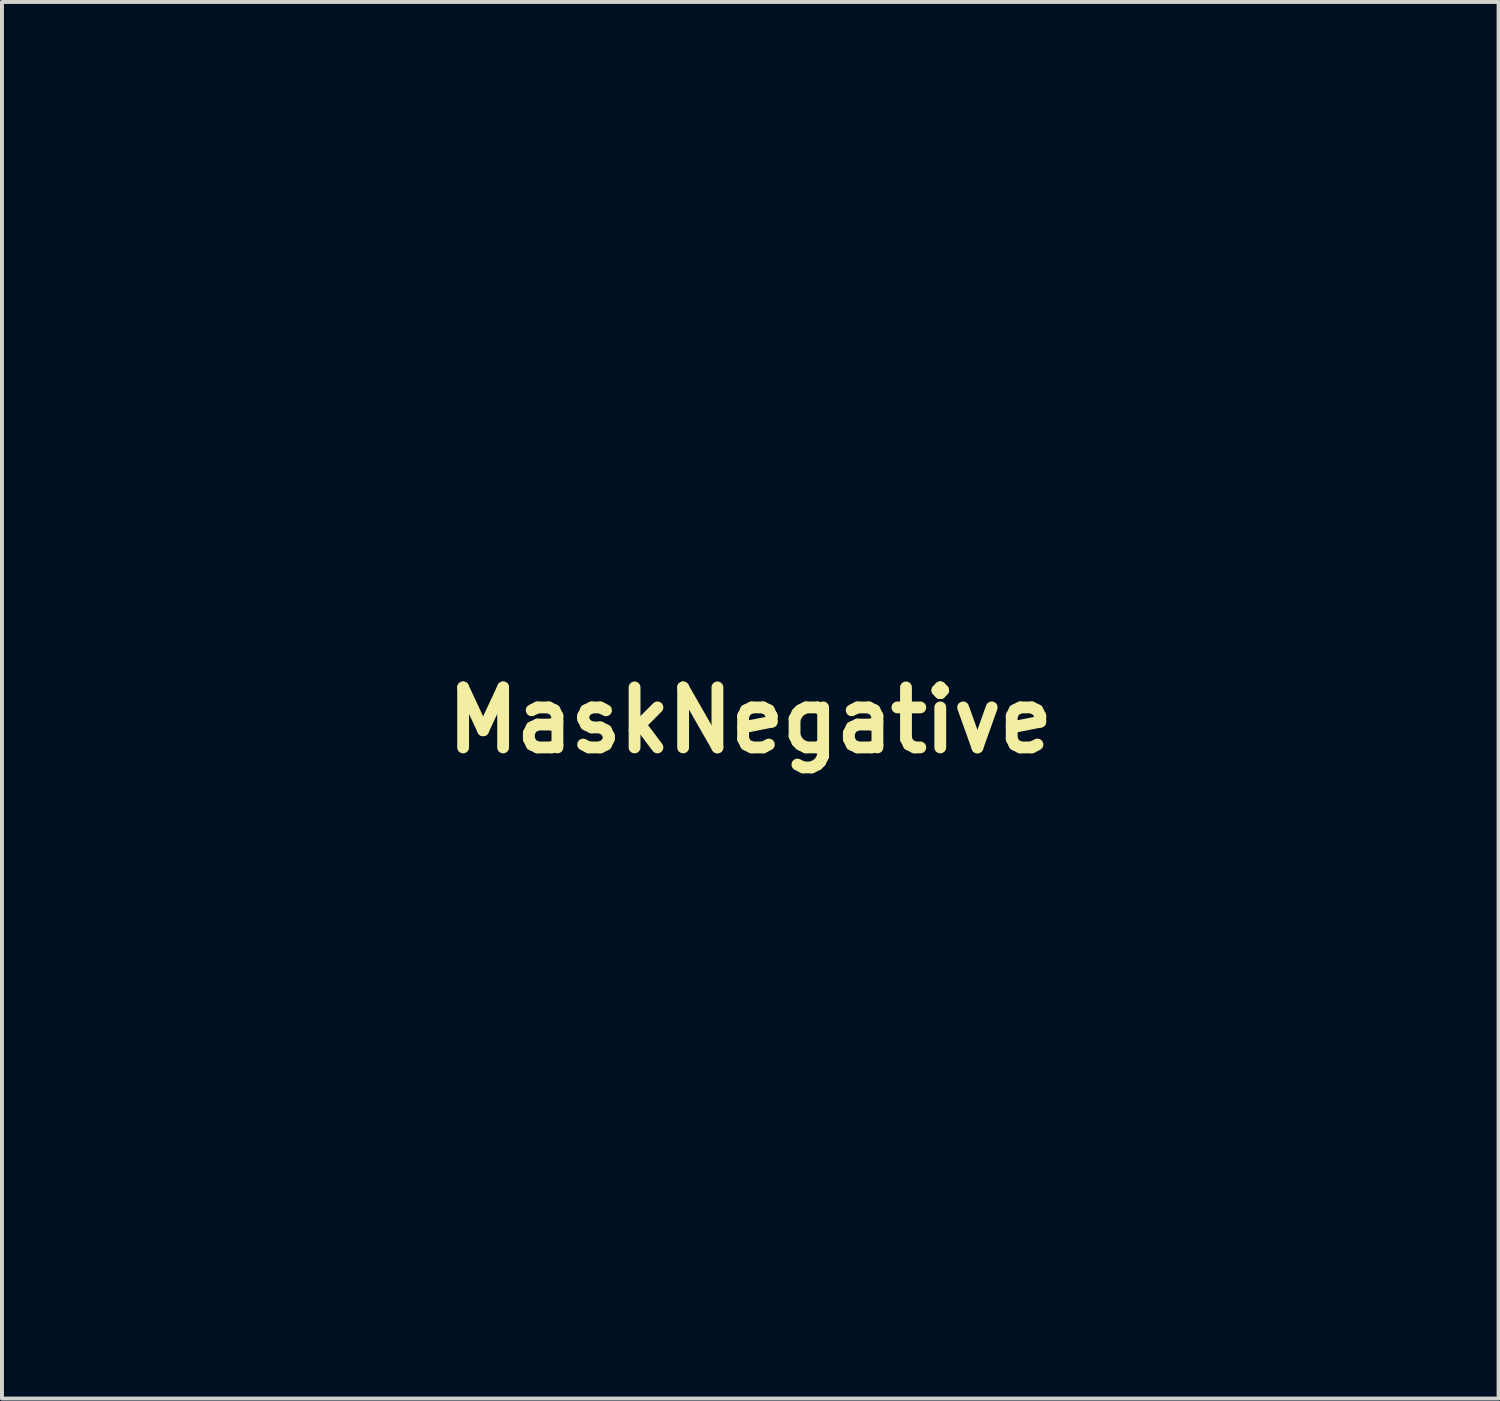
<source format=kicad_pcb>
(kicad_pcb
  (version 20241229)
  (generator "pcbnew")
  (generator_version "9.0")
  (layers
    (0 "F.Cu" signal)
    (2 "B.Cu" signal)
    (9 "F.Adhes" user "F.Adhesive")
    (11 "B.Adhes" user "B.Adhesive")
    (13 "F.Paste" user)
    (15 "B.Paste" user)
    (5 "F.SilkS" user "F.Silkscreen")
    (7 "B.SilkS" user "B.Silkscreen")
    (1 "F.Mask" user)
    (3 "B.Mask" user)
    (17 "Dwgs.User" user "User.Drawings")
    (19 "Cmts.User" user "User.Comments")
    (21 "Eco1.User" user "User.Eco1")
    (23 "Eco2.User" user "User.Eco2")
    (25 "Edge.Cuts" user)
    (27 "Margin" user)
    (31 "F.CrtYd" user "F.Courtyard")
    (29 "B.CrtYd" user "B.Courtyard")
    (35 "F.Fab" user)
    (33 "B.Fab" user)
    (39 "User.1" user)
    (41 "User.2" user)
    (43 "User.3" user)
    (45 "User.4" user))
  (footprint "MaskNegative"
    (layer "F.Cu")
    (at 16.007 15.245)
    (property "Reference" "MaskNegative" (at 0 0 0) (layer "F.SilkS") (effects (font (size 1.524 1.524) (thickness 0.3))))
    (attr through_hole)
    (fp_poly (pts (xy -15.494 -4.064) (xy -14.986 -4.064) (xy -14.986 -3.048) (xy -15.494 -3.048) (xy -15.494 -4.064)) (stroke (width 0.01) (type solid)) (fill yes) (layer "F.Mask"))
    (fp_poly (pts (xy -15.494 10.16) (xy -15.494 9.652) (xy -14.986 9.652) (xy -14.986 10.16) (xy -15.494 10.16)) (stroke (width 0.01) (type solid)) (fill yes) (layer "F.Mask"))
    (fp_poly (pts (xy -14.986 10.668) (xy -14.986 10.16) (xy -14.478 10.16) (xy -14.478 10.668) (xy -14.986 10.668)) (stroke (width 0.01) (type solid)) (fill yes) (layer "F.Mask"))
    (fp_poly (pts (xy -14.478 -5.588) (xy -13.97 -5.588) (xy -13.97 -5.08) (xy -14.478 -5.08) (xy -14.478 -5.588)) (stroke (width 0.01) (type solid)) (fill yes) (layer "F.Mask"))
    (fp_poly (pts (xy -14.478 -4.572) (xy -14.986 -4.572) (xy -14.986 -5.08) (xy -14.478 -5.08) (xy -14.478 -4.572)) (stroke (width 0.01) (type solid)) (fill yes) (layer "F.Mask"))
    (fp_poly (pts (xy -14.478 10.668) (xy -13.97 10.668) (xy -13.97 11.176) (xy -14.478 11.176) (xy -14.478 10.668)) (stroke (width 0.01) (type solid)) (fill yes) (layer "F.Mask"))
    (fp_poly (pts (xy -14.478 11.684) (xy -14.986 11.684) (xy -14.986 11.176) (xy -14.478 11.176) (xy -14.478 11.684)) (stroke (width 0.01) (type solid)) (fill yes) (layer "F.Mask"))
    (fp_poly (pts (xy -13.97 -6.096) (xy -13.462 -6.096) (xy -13.462 -5.588) (xy -13.97 -5.588) (xy -13.97 -6.096)) (stroke (width 0.01) (type solid)) (fill yes) (layer "F.Mask"))
    (fp_poly (pts (xy -13.97 11.684) (xy -13.97 11.176) (xy -13.462 11.176) (xy -13.462 11.684) (xy -13.97 11.684)) (stroke (width 0.01) (type solid)) (fill yes) (layer "F.Mask"))
    (fp_poly (pts (xy -13.462 -6.604) (xy -12.954 -6.604) (xy -12.954 -6.096) (xy -13.462 -6.096) (xy -13.462 -6.604)) (stroke (width 0.01) (type solid)) (fill yes) (layer "F.Mask"))
    (fp_poly (pts (xy -12.954 11.176) (xy -13.462 11.176) (xy -13.462 10.668) (xy -12.954 10.668) (xy -12.954 11.176)) (stroke (width 0.01) (type solid)) (fill yes) (layer "F.Mask"))
    (fp_poly (pts (xy -10.922 12.192) (xy -11.43 12.192) (xy -11.43 11.684) (xy -10.922 11.684) (xy -10.922 12.192)) (stroke (width 0.01) (type solid)) (fill yes) (layer "F.Mask"))
    (fp_poly (pts (xy -8.382 7.112) (xy -8.382 6.096) (xy -7.874 6.096) (xy -7.874 7.112) (xy -8.382 7.112)) (stroke (width 0.01) (type solid)) (fill yes) (layer "F.Mask"))
    (fp_poly (pts (xy -6.858 9.144) (xy -6.858 8.636) (xy -6.35 8.636) (xy -6.35 9.144) (xy -6.858 9.144)) (stroke (width 0.01) (type solid)) (fill yes) (layer "F.Mask"))
    (fp_poly (pts (xy -6.35 9.652) (xy -6.35 9.144) (xy -5.842 9.144) (xy -5.842 9.652) (xy -6.35 9.652)) (stroke (width 0.01) (type solid)) (fill yes) (layer "F.Mask"))
    (fp_poly (pts (xy -5.842 10.16) (xy -5.842 9.652) (xy -4.318 9.652) (xy -4.318 10.16) (xy -5.842 10.16)) (stroke (width 0.01) (type solid)) (fill yes) (layer "F.Mask"))
    (fp_poly (pts (xy -4.826 9.144) (xy -4.826 8.636) (xy -3.81 8.636) (xy -3.81 9.144) (xy -4.826 9.144)) (stroke (width 0.01) (type solid)) (fill yes) (layer "F.Mask"))
    (fp_poly (pts (xy -2.794 1.016) (xy -3.302 1.016) (xy -3.302 0.508) (xy -2.794 0.508) (xy -2.794 1.016)) (stroke (width 0.01) (type solid)) (fill yes) (layer "F.Mask"))
    (fp_poly (pts (xy -2.794 2.032) (xy -3.302 2.032) (xy -3.302 1.524) (xy -2.794 1.524) (xy -2.794 2.032)) (stroke (width 0.01) (type solid)) (fill yes) (layer "F.Mask"))
    (fp_poly (pts (xy 0.762 9.144) (xy 0.762 9.652) (xy -3.81 9.652) (xy -3.81 9.144) (xy 0.762 9.144)) (stroke (width 0.01) (type solid)) (fill yes) (layer "F.Mask"))
    (fp_poly (pts (xy 0.762 10.16) (xy 0.762 10.668) (xy -4.318 10.668) (xy -4.318 10.16) (xy 0.762 10.16)) (stroke (width 0.01) (type solid)) (fill yes) (layer "F.Mask"))
    (fp_poly (pts (xy 1.27 12.192) (xy 1.27 11.684) (xy 1.778 11.684) (xy 1.778 12.192) (xy 1.27 12.192)) (stroke (width 0.01) (type solid)) (fill yes) (layer "F.Mask"))
    (fp_poly (pts (xy 1.27 12.7) (xy 0.762 12.7) (xy 0.762 12.192) (xy 1.27 12.192) (xy 1.27 12.7)) (stroke (width 0.01) (type solid)) (fill yes) (layer "F.Mask"))
    (fp_poly (pts (xy 2.286 6.096) (xy 2.794 6.096) (xy 2.794 6.604) (xy 2.286 6.604) (xy 2.286 6.096)) (stroke (width 0.01) (type solid)) (fill yes) (layer "F.Mask"))
    (fp_poly (pts (xy 2.286 7.112) (xy 1.778 7.112) (xy 1.778 6.604) (xy 2.286 6.604) (xy 2.286 7.112)) (stroke (width 0.01) (type solid)) (fill yes) (layer "F.Mask"))
    (fp_poly (pts (xy 2.286 12.7) (xy 1.778 12.7) (xy 1.778 12.192) (xy 2.286 12.192) (xy 2.286 12.7)) (stroke (width 0.01) (type solid)) (fill yes) (layer "F.Mask"))
    (fp_poly (pts (xy 2.794 5.588) (xy 3.302 5.588) (xy 3.302 6.096) (xy 2.794 6.096) (xy 2.794 5.588)) (stroke (width 0.01) (type solid)) (fill yes) (layer "F.Mask"))
    (fp_poly (pts (xy 2.794 7.112) (xy 2.794 6.604) (xy 3.302 6.604) (xy 3.302 7.112) (xy 2.794 7.112)) (stroke (width 0.01) (type solid)) (fill yes) (layer "F.Mask"))
    (fp_poly (pts (xy 2.794 7.62) (xy 3.302 7.62) (xy 3.302 8.128) (xy 2.794 8.128) (xy 2.794 7.62)) (stroke (width 0.01) (type solid)) (fill yes) (layer "F.Mask"))
    (fp_poly (pts (xy 2.794 11.684) (xy 2.794 11.176) (xy 3.302 11.176) (xy 3.302 11.684) (xy 2.794 11.684)) (stroke (width 0.01) (type solid)) (fill yes) (layer "F.Mask"))
    (fp_poly (pts (xy 2.794 12.192) (xy 2.286 12.192) (xy 2.286 11.684) (xy 2.794 11.684) (xy 2.794 12.192)) (stroke (width 0.01) (type solid)) (fill yes) (layer "F.Mask"))
    (fp_poly (pts (xy 3.302 7.112) (xy 3.81 7.112) (xy 3.81 7.62) (xy 3.302 7.62) (xy 3.302 7.112)) (stroke (width 0.01) (type solid)) (fill yes) (layer "F.Mask"))
    (fp_poly (pts (xy 3.81 5.588) (xy 4.318 5.588) (xy 4.318 6.096) (xy 3.81 6.096) (xy 3.81 5.588)) (stroke (width 0.01) (type solid)) (fill yes) (layer "F.Mask"))
    (fp_poly (pts (xy 3.81 6.096) (xy 3.81 6.604) (xy 3.302 6.604) (xy 3.302 6.096) (xy 3.81 6.096)) (stroke (width 0.01) (type solid)) (fill yes) (layer "F.Mask"))
    (fp_poly (pts (xy 3.81 12.192) (xy 3.302 12.192) (xy 3.302 11.684) (xy 3.81 11.684) (xy 3.81 12.192)) (stroke (width 0.01) (type solid)) (fill yes) (layer "F.Mask"))
    (fp_poly (pts (xy 4.318 5.588) (xy 4.318 5.08) (xy 4.826 5.08) (xy 4.826 5.588) (xy 4.318 5.588)) (stroke (width 0.01) (type solid)) (fill yes) (layer "F.Mask"))
    (fp_poly (pts (xy 4.318 6.096) (xy 4.826 6.096) (xy 4.826 6.604) (xy 4.318 6.604) (xy 4.318 6.096)) (stroke (width 0.01) (type solid)) (fill yes) (layer "F.Mask"))
    (fp_poly (pts (xy 4.318 7.112) (xy 3.81 7.112) (xy 3.81 6.604) (xy 4.318 6.604) (xy 4.318 7.112)) (stroke (width 0.01) (type solid)) (fill yes) (layer "F.Mask"))
    (fp_poly (pts (xy 4.318 7.112) (xy 4.826 7.112) (xy 4.826 7.62) (xy 4.318 7.62) (xy 4.318 7.112)) (stroke (width 0.01) (type solid)) (fill yes) (layer "F.Mask"))
    (fp_poly (pts (xy 4.318 7.62) (xy 4.318 8.128) (xy 3.81 8.128) (xy 3.81 7.62) (xy 4.318 7.62)) (stroke (width 0.01) (type solid)) (fill yes) (layer "F.Mask"))
    (fp_poly (pts (xy 4.318 11.684) (xy 3.81 11.684) (xy 3.81 11.176) (xy 4.318 11.176) (xy 4.318 11.684)) (stroke (width 0.01) (type solid)) (fill yes) (layer "F.Mask"))
    (fp_poly (pts (xy 4.826 6.604) (xy 5.334 6.604) (xy 5.334 7.112) (xy 4.826 7.112) (xy 4.826 6.604)) (stroke (width 0.01) (type solid)) (fill yes) (layer "F.Mask"))
    (fp_poly (pts (xy 4.826 10.668) (xy 4.826 10.16) (xy 5.334 10.16) (xy 5.334 10.668) (xy 4.826 10.668)) (stroke (width 0.01) (type solid)) (fill yes) (layer "F.Mask"))
    (fp_poly (pts (xy 4.826 11.176) (xy 4.318 11.176) (xy 4.318 10.668) (xy 4.826 10.668) (xy 4.826 11.176)) (stroke (width 0.01) (type solid)) (fill yes) (layer "F.Mask"))
    (fp_poly (pts (xy 5.334 9.652) (xy 4.826 9.652) (xy 4.826 9.144) (xy 5.334 9.144) (xy 5.334 9.652)) (stroke (width 0.01) (type solid)) (fill yes) (layer "F.Mask"))
    (fp_poly (pts (xy 5.842 10.16) (xy 5.334 10.16) (xy 5.334 9.652) (xy 5.842 9.652) (xy 5.842 10.16)) (stroke (width 0.01) (type solid)) (fill yes) (layer "F.Mask"))
    (fp_poly (pts (xy 5.842 11.176) (xy 5.334 11.176) (xy 5.334 10.668) (xy 5.842 10.668) (xy 5.842 11.176)) (stroke (width 0.01) (type solid)) (fill yes) (layer "F.Mask"))
    (fp_poly (pts (xy 6.35 5.08) (xy 6.858 5.08) (xy 6.858 5.588) (xy 6.35 5.588) (xy 6.35 5.08)) (stroke (width 0.01) (type solid)) (fill yes) (layer "F.Mask"))
    (fp_poly (pts (xy 6.35 6.096) (xy 6.858 6.096) (xy 6.858 6.604) (xy 6.35 6.604) (xy 6.35 6.096)) (stroke (width 0.01) (type solid)) (fill yes) (layer "F.Mask"))
    (fp_poly (pts (xy 6.35 7.112) (xy 5.842 7.112) (xy 5.842 6.604) (xy 6.35 6.604) (xy 6.35 7.112)) (stroke (width 0.01) (type solid)) (fill yes) (layer "F.Mask"))
    (fp_poly (pts (xy 6.35 10.668) (xy 5.842 10.668) (xy 5.842 10.16) (xy 6.35 10.16) (xy 6.35 10.668)) (stroke (width 0.01) (type solid)) (fill yes) (layer "F.Mask"))
    (fp_poly (pts (xy 6.858 10.16) (xy 6.35 10.16) (xy 6.35 9.652) (xy 6.858 9.652) (xy 6.858 10.16)) (stroke (width 0.01) (type solid)) (fill yes) (layer "F.Mask"))
    (fp_poly (pts (xy 7.366 8.636) (xy 6.858 8.636) (xy 6.858 8.128) (xy 7.366 8.128) (xy 7.366 8.636)) (stroke (width 0.01) (type solid)) (fill yes) (layer "F.Mask"))
    (fp_poly (pts (xy 7.366 9.652) (xy 6.858 9.652) (xy 6.858 9.144) (xy 7.366 9.144) (xy 7.366 9.652)) (stroke (width 0.01) (type solid)) (fill yes) (layer "F.Mask"))
    (fp_poly (pts (xy 7.874 8.128) (xy 7.366 8.128) (xy 7.366 7.62) (xy 7.874 7.62) (xy 7.874 8.128)) (stroke (width 0.01) (type solid)) (fill yes) (layer "F.Mask"))
    (fp_poly (pts (xy 7.874 8.636) (xy 7.874 8.128) (xy 8.382 8.128) (xy 8.382 8.636) (xy 7.874 8.636)) (stroke (width 0.01) (type solid)) (fill yes) (layer "F.Mask"))
    (fp_poly (pts (xy 7.874 9.144) (xy 7.366 9.144) (xy 7.366 8.636) (xy 7.874 8.636) (xy 7.874 9.144)) (stroke (width 0.01) (type solid)) (fill yes) (layer "F.Mask"))
    (fp_poly (pts (xy 8.382 7.112) (xy 8.382 6.604) (xy 8.89 6.604) (xy 8.89 7.112) (xy 8.382 7.112)) (stroke (width 0.01) (type solid)) (fill yes) (layer "F.Mask"))
    (fp_poly (pts (xy 8.382 7.62) (xy 7.874 7.62) (xy 7.874 7.112) (xy 8.382 7.112) (xy 8.382 7.62)) (stroke (width 0.01) (type solid)) (fill yes) (layer "F.Mask"))
    (fp_poly (pts (xy 8.89 4.572) (xy 9.398 4.572) (xy 9.398 5.08) (xy 8.89 5.08) (xy 8.89 4.572)) (stroke (width 0.01) (type solid)) (fill yes) (layer "F.Mask"))
    (fp_poly (pts (xy 8.89 5.588) (xy 8.382 5.588) (xy 8.382 5.08) (xy 8.89 5.08) (xy 8.89 5.588)) (stroke (width 0.01) (type solid)) (fill yes) (layer "F.Mask"))
    (fp_poly (pts (xy 8.89 8.128) (xy 8.382 8.128) (xy 8.382 7.62) (xy 8.89 7.62) (xy 8.89 8.128)) (stroke (width 0.01) (type solid)) (fill yes) (layer "F.Mask"))
    (fp_poly (pts (xy 8.89 9.144) (xy 8.382 9.144) (xy 8.382 8.636) (xy 8.89 8.636) (xy 8.89 9.144)) (stroke (width 0.01) (type solid)) (fill yes) (layer "F.Mask"))
    (fp_poly (pts (xy 9.398 7.62) (xy 8.89 7.62) (xy 8.89 7.112) (xy 9.398 7.112) (xy 9.398 7.62)) (stroke (width 0.01) (type solid)) (fill yes) (layer "F.Mask"))
    (fp_poly (pts (xy 9.398 8.636) (xy 8.89 8.636) (xy 8.89 8.128) (xy 9.398 8.128) (xy 9.398 8.636)) (stroke (width 0.01) (type solid)) (fill yes) (layer "F.Mask"))
    (fp_poly (pts (xy 9.906 6.096) (xy 10.414 6.096) (xy 10.414 6.604) (xy 9.906 6.604) (xy 9.906 6.096)) (stroke (width 0.01) (type solid)) (fill yes) (layer "F.Mask"))
    (fp_poly (pts (xy 9.906 7.112) (xy 9.398 7.112) (xy 9.398 6.604) (xy 9.906 6.604) (xy 9.906 7.112)) (stroke (width 0.01) (type solid)) (fill yes) (layer "F.Mask"))
    (fp_poly (pts (xy 9.906 7.112) (xy 10.414 7.112) (xy 10.414 7.62) (xy 9.906 7.62) (xy 9.906 7.112)) (stroke (width 0.01) (type solid)) (fill yes) (layer "F.Mask"))
    (fp_poly (pts (xy 9.906 8.128) (xy 9.398 8.128) (xy 9.398 7.62) (xy 9.906 7.62) (xy 9.906 8.128)) (stroke (width 0.01) (type solid)) (fill yes) (layer "F.Mask"))
    (fp_poly (pts (xy -7.366 8.636) (xy -7.366 8.128) (xy -7.874 8.128) (xy -7.874 7.112) (xy -7.366 7.112) (xy -7.366 7.62) (xy -6.858 7.62) (xy -6.858 8.636) (xy -7.366 8.636)) (stroke (width 0.01) (type solid)) (fill yes) (layer "F.Mask"))
    (fp_poly (pts (xy 0.762 8.636) (xy 1.778 8.636) (xy 1.778 8.128) (xy 2.794 8.128) (xy 2.794 8.636) (xy 2.286 8.636) (xy 2.286 9.144) (xy 0.762 9.144) (xy 0.762 8.636)) (stroke (width 0.01) (type solid)) (fill yes) (layer "F.Mask"))
    (fp_poly (pts (xy 6.858 9.144) (xy 6.35 9.144) (xy 6.35 9.652) (xy 5.842 9.652) (xy 5.842 9.144) (xy 5.334 9.144) (xy 5.334 8.636) (xy 6.858 8.636) (xy 6.858 9.144)) (stroke (width 0.01) (type solid)) (fill yes) (layer "F.Mask"))
    (fp_poly (pts (xy -15.494 -2.54) (xy -14.986 -2.54) (xy -14.986 -2.032) (xy -14.478 -2.032) (xy -14.478 -1.524) (xy -15.494 -1.524) (xy -15.494 -1.016) (xy -16.002 -1.016) (xy -16.002 -3.048) (xy -15.494 -3.048) (xy -15.494 -2.54)) (stroke (width 0.01) (type solid)) (fill yes) (layer "F.Mask"))
    (fp_poly (pts (xy -11.938 0.508) (xy -11.938 0) (xy -12.954 0) (xy -12.954 -0.508) (xy -13.97 -0.508) (xy -13.97 -1.016) (xy -14.478 -1.016) (xy -14.478 -1.524) (xy -13.462 -1.524) (xy -13.462 -1.016) (xy -12.446 -1.016) (xy -12.446 -0.508) (xy -11.43 -0.508) (xy -11.43 0) (xy -10.922 0) (xy -10.922 0.508) (xy -11.938 0.508)) (stroke (width 0.01) (type solid)) (fill yes) (layer "F.Mask"))
    (fp_poly (pts (xy 6.35 6.096) (xy 5.842 6.096) (xy 5.842 6.604) (xy 5.334 6.604) (xy 5.334 6.096) (xy 4.826 6.096) (xy 4.826 5.588) (xy 5.334 5.588) (xy 5.334 6.096) (xy 5.842 6.096) (xy 5.842 5.588) (xy 5.334 5.588) (xy 5.334 5.08) (xy 5.842 5.08) (xy 5.842 5.588) (xy 6.35 5.588) (xy 6.35 6.096)) (stroke (width 0.01) (type solid)) (fill yes) (layer "F.Mask"))
    (fp_poly (pts (xy 2.794 -9.652) (xy 1.27 -9.652) (xy 1.27 -9.144) (xy -1.27 -9.144) (xy -1.27 -8.636) (xy -2.794 -8.636) (xy -2.794 -8.128) (xy -4.318 -8.128) (xy -4.318 -7.62) (xy -5.842 -7.62) (xy -5.842 -7.112) (xy -6.35 -7.112) (xy -6.35 -6.604) (xy -7.366 -6.604) (xy -7.366 -6.096) (xy -8.382 -6.096) (xy -8.382 -5.588) (xy -8.89 -5.588) (xy -8.89 -5.08) (xy -9.906 -5.08) (xy -9.906 -4.572) (xy -10.414 -4.572) (xy -10.414 -4.064) (xy -11.43 -4.064) (xy -11.43 -4.572) (xy -10.922 -4.572) (xy -10.922 -5.08) (xy -10.414 -5.08) (xy -10.414 -5.588) (xy -9.906 -5.588) (xy -9.906 -6.096) (xy -8.89 -6.096) (xy -8.89 -6.604) (xy -8.382 -6.604) (xy -8.382 -7.112) (xy -7.366 -7.112) (xy -7.366 -7.62) (xy -6.35 -7.62) (xy -6.35 -8.128) (xy -5.334 -8.128) (xy -5.334 -8.636) (xy -4.318 -8.636) (xy -4.318 -9.144) (xy -2.286 -9.144) (xy -2.286 -9.652) (xy -0.254 -9.652) (xy -0.254 -10.16) (xy 2.794 -10.16) (xy 2.794 -9.652)) (stroke (width 0.01) (type solid)) (fill yes) (layer "F.Mask"))
    (fp_poly (pts (xy -4.318 -14.732) (xy -3.302 -14.732) (xy -3.302 -14.224) (xy -2.794 -14.224) (xy -2.794 -13.716) (xy -2.286 -13.716) (xy -2.286 -12.192) (xy -2.794 -12.192) (xy -2.794 -11.684) (xy -3.81 -11.684) (xy -3.81 -11.176) (xy -3.302 -11.176) (xy -3.302 -10.668) (xy -5.334 -10.668) (xy -5.334 -10.16) (xy -6.858 -10.16) (xy -6.858 -9.652) (xy -7.874 -9.652) (xy -7.874 -9.144) (xy -8.89 -9.144) (xy -8.89 -8.636) (xy -9.906 -8.636) (xy -9.906 -8.128) (xy -10.922 -8.128) (xy -10.922 -7.62) (xy -11.938 -7.62) (xy -11.938 -7.112) (xy -12.954 -7.112) (xy -12.954 -8.128) (xy -12.446 -8.128) (xy -12.446 -9.652) (xy -11.938 -9.652) (xy -11.938 -10.16) (xy -11.43 -10.16) (xy -11.43 -11.176) (xy -10.922 -11.176) (xy -10.922 -11.684) (xy -10.414 -11.684) (xy -10.414 -12.7) (xy -9.906 -12.7) (xy -9.906 -13.208) (xy -9.398 -13.208) (xy -9.398 -13.716) (xy -8.89 -13.716) (xy -8.89 -14.224) (xy -7.874 -14.224) (xy -7.874 -14.732) (xy -6.35 -14.732) (xy -6.35 -15.24) (xy -4.318 -15.24) (xy -4.318 -14.732)) (stroke (width 0.01) (type solid)) (fill yes) (layer "F.Mask"))
    (fp_poly (pts (xy 4.318 -7.62) (xy 4.318 -7.112) (xy 2.794 -7.112) (xy 2.794 -6.604) (xy 0.254 -6.604) (xy 0.254 -6.096) (xy -1.27 -6.096) (xy -1.27 -5.588) (xy -2.286 -5.588) (xy -2.286 -5.08) (xy -3.302 -5.08) (xy -3.302 -4.572) (xy -4.318 -4.572) (xy -4.318 -4.064) (xy -5.334 -4.064) (xy -5.334 -3.556) (xy -5.842 -3.556) (xy -5.842 -3.048) (xy -6.858 -3.048) (xy -6.858 -2.54) (xy -7.366 -2.54) (xy -7.366 -2.032) (xy -7.874 -2.032) (xy -7.874 -1.524) (xy -8.89 -1.524) (xy -8.89 -2.032) (xy -8.382 -2.032) (xy -8.382 -2.54) (xy -7.874 -2.54) (xy -7.874 -3.048) (xy -7.366 -3.048) (xy -7.366 -3.556) (xy -6.858 -3.556) (xy -6.858 -4.064) (xy -6.35 -4.064) (xy -6.35 -4.572) (xy -5.842 -4.572) (xy -5.842 -5.08) (xy -4.826 -5.08) (xy -4.826 -5.588) (xy -3.302 -5.588) (xy -3.302 -6.096) (xy -2.286 -6.096) (xy -2.286 -6.604) (xy -0.254 -6.604) (xy -0.254 -7.112) (xy 1.778 -7.112) (xy 1.778 -7.62) (xy 3.81 -7.62) (xy 3.81 -8.128) (xy 5.842 -8.128) (xy 5.842 -7.62) (xy 4.318 -7.62)) (stroke (width 0.01) (type solid)) (fill yes) (layer "F.Mask"))
    (fp_poly (pts (xy -12.954 11.684) (xy -12.954 12.192) (xy -12.446 12.192) (xy -12.446 12.7) (xy -11.938 12.7) (xy -11.938 12.192) (xy -12.446 12.192) (xy -12.446 11.684) (xy -11.938 11.684) (xy -11.938 12.192) (xy -11.43 12.192) (xy -11.43 12.7) (xy -10.922 12.7) (xy -10.922 12.192) (xy -10.414 12.192) (xy -10.414 11.684) (xy -10.922 11.684) (xy -10.922 11.176) (xy -11.43 11.176) (xy -11.43 11.684) (xy -11.938 11.684) (xy -12.446 11.684) (xy -12.954 11.684) (xy -12.954 11.176) (xy -12.446 11.176) (xy -12.446 5.08) (xy -11.43 5.08) (xy -11.43 4.064) (xy -10.922 4.064) (xy -10.922 2.54) (xy -11.938 2.54) (xy -11.938 2.032) (xy -10.414 2.032) (xy -9.906 2.032) (xy -9.906 1.524) (xy -10.414 1.524) (xy -10.414 2.032) (xy -11.938 2.032) (xy -12.954 2.032) (xy -12.954 1.524) (xy -13.462 1.524) (xy -13.462 1.016) (xy -14.478 1.016) (xy -14.478 1.524) (xy -14.986 1.524) (xy -14.986 3.556) (xy -14.478 3.556) (xy -14.478 4.064) (xy -13.97 4.064) (xy -13.97 4.572) (xy -13.462 4.572) (xy -13.462 10.668) (xy -13.97 10.668) (xy -13.97 10.16) (xy -14.478 10.16) (xy -14.478 9.652) (xy -14.986 9.652) (xy -14.986 9.144) (xy -15.494 9.144) (xy -15.494 8.636) (xy -16.002 8.636) (xy -16.002 -0.508) (xy -15.494 -0.508) (xy -15.494 -1.016) (xy -14.478 -1.016) (xy -14.478 -0.508) (xy -13.97 -0.508) (xy -13.97 0) (xy -12.954 0) (xy -12.954 0.508) (xy -11.938 0.508) (xy -11.938 1.016) (xy -10.922 1.016) (xy -10.922 1.524) (xy -10.414 1.524) (xy -10.414 1.016) (xy -10.922 1.016) (xy -10.922 0.508) (xy -9.906 0.508) (xy -9.906 1.016) (xy -9.398 1.016) (xy -9.398 1.524) (xy -8.89 1.524) (xy -8.89 2.54) (xy -9.398 2.54) (xy -9.398 2.032) (xy -9.906 2.032) (xy -9.906 11.176) (xy -10.414 11.176) (xy -10.414 11.684) (xy -9.906 11.684) (xy -9.906 12.192) (xy -10.414 12.192) (xy -10.414 12.7) (xy -10.922 12.7) (xy -10.922 13.208) (xy -11.43 13.208) (xy -11.43 12.7) (xy -11.938 12.7) (xy -11.938 13.208) (xy -12.446 13.208) (xy -12.446 12.7) (xy -12.954 12.7) (xy -12.954 12.192) (xy -13.462 12.192) (xy -13.462 11.684) (xy -12.954 11.684)) (stroke (width 0.01) (type solid)) (fill yes) (layer "F.Mask"))
    (fp_poly (pts (xy 7.874 5.08) (xy 7.874 5.588) (xy 7.366 5.588) (xy 7.366 6.096) (xy 7.874 6.096) (xy 7.874 6.604) (xy 7.366 6.604) (xy 7.366 7.112) (xy 6.858 7.112) (xy 6.858 7.62) (xy 6.35 7.62) (xy 6.35 8.128) (xy 5.842 8.128) (xy 5.842 7.62) (xy 5.334 7.62) (xy 5.334 8.128) (xy 4.826 8.128) (xy 4.826 8.636) (xy 4.318 8.636) (xy 4.318 9.144) (xy 3.81 9.144) (xy 3.81 8.636) (xy 3.302 8.636) (xy 3.302 9.144) (xy 2.794 9.144) (xy 2.794 9.652) (xy 2.286 9.652) (xy 2.286 10.16) (xy 3.302 10.16) (xy 3.302 9.652) (xy 4.826 9.652) (xy 4.826 10.16) (xy 4.318 10.16) (xy 4.318 10.668) (xy 3.81 10.668) (xy 3.81 11.176) (xy 3.302 11.176) (xy 3.302 10.668) (xy 2.794 10.668) (xy 2.794 11.176) (xy 2.286 11.176) (xy 2.286 11.684) (xy 1.778 11.684) (xy 1.778 11.176) (xy 1.27 11.176) (xy 1.27 11.684) (xy 0.762 11.684) (xy 0.762 12.192) (xy 0.254 12.192) (xy 0.254 12.7) (xy -0.254 12.7) (xy -0.254 12.192) (xy -0.762 12.192) (xy -0.762 12.7) (xy -1.27 12.7) (xy -1.27 13.208) (xy -1.778 13.208) (xy -1.778 12.7) (xy -2.286 12.7) (xy -2.286 13.208) (xy -2.794 13.208) (xy -2.794 13.716) (xy -3.302 13.716) (xy -3.302 13.208) (xy -3.81 13.208) (xy -3.81 13.716) (xy -4.318 13.716) (xy -4.318 13.208) (xy -4.826 13.208) (xy -4.826 13.716) (xy -5.334 13.716) (xy -5.334 14.224) (xy -5.842 14.224) (xy -5.842 13.716) (xy -6.35 13.716) (xy -6.35 14.224) (xy -6.858 14.224) (xy -6.858 13.716) (xy -7.366 13.716) (xy -7.366 13.208) (xy -7.874 13.208) (xy -7.874 12.7) (xy -8.382 12.7) (xy -8.382 12.192) (xy -8.89 12.192) (xy -8.89 11.684) (xy -9.398 11.684) (xy -9.398 11.176) (xy -8.89 11.176) (xy -8.89 11.684) (xy -8.382 11.684) (xy -8.382 12.192) (xy -7.874 12.192) (xy -7.874 12.7) (xy -7.366 12.7) (xy -7.366 13.208) (xy -6.858 13.208) (xy -6.858 13.716) (xy -6.35 13.716) (xy -6.35 13.208) (xy -6.858 13.208) (xy -6.858 12.7) (xy -6.35 12.7) (xy -6.35 13.208) (xy -5.842 13.208) (xy -5.842 13.716) (xy -5.334 13.716) (xy -5.334 13.208) (xy -5.842 13.208) (xy -5.842 12.7) (xy -5.334 12.7) (xy -5.334 13.208) (xy -4.826 13.208) (xy -4.826 12.7) (xy -4.318 12.7) (xy -4.318 13.208) (xy -3.81 13.208) (xy -3.81 12.7) (xy -4.318 12.7) (xy -4.826 12.7) (xy -5.334 12.7) (xy -5.842 12.7) (xy -6.35 12.7) (xy -6.858 12.7) (xy -7.366 12.7) (xy -7.366 12.192) (xy -3.81 12.192) (xy -3.81 12.7) (xy -3.302 12.7) (xy -3.302 13.208) (xy -2.794 13.208) (xy -2.794 12.7) (xy -3.302 12.7) (xy -3.302 12.192) (xy -2.794 12.192) (xy -2.794 12.7) (xy -2.286 12.7) (xy -2.286 12.192) (xy -1.778 12.192) (xy -1.778 12.7) (xy -1.27 12.7) (xy -1.27 12.192) (xy -1.778 12.192) (xy -2.286 12.192) (xy -2.794 12.192) (xy -3.302 12.192) (xy -3.81 12.192) (xy -7.366 12.192) (xy -7.874 12.192) (xy -7.874 11.684) (xy -1.27 11.684) (xy -1.27 12.192) (xy -0.762 12.192) (xy -0.762 11.684) (xy -0.254 11.684) (xy -0.254 12.192) (xy 0.254 12.192) (xy 0.254 11.684) (xy -0.254 11.684) (xy -0.762 11.684) (xy -1.27 11.684) (xy -7.874 11.684) (xy -8.382 11.684) (xy -8.382 11.176) (xy -8.89 11.176) (xy -9.398 11.176) (xy -9.398 6.096) (xy -8.89 6.096) (xy -8.89 7.112) (xy -8.382 7.112) (xy -8.382 8.128) (xy -7.874 8.128) (xy -7.874 8.636) (xy -7.366 8.636) (xy -7.366 9.144) (xy -6.858 9.144) (xy -6.858 9.652) (xy -6.35 9.652) (xy -6.35 10.16) (xy -5.842 10.16) (xy -5.842 10.668) (xy -4.318 10.668) (xy -4.318 11.176) (xy 0.762 11.176) (xy 0.762 10.668) (xy 2.286 10.668) (xy 2.286 10.16) (xy 1.27 10.16) (xy 1.27 9.652) (xy 2.286 9.652) (xy 2.286 9.144) (xy 2.794 9.144) (xy 2.794 8.636) (xy 3.302 8.636) (xy 3.302 8.128) (xy 3.81 8.128) (xy 3.81 8.636) (xy 4.318 8.636) (xy 4.318 8.128) (xy 4.826 8.128) (xy 4.826 7.62) (xy 5.334 7.62) (xy 5.334 7.112) (xy 5.842 7.112) (xy 5.842 7.62) (xy 6.35 7.62) (xy 6.35 7.112) (xy 6.858 7.112) (xy 6.858 6.604) (xy 7.366 6.604) (xy 7.366 6.096) (xy 6.858 6.096) (xy 6.858 5.588) (xy 7.366 5.588) (xy 7.366 5.08) (xy 6.858 5.08) (xy 6.858 4.572) (xy 7.366 4.572) (xy 7.366 5.08) (xy 7.874 5.08) (xy 7.874 4.572) (xy 7.366 4.572) (xy 6.858 4.572) (xy 6.35 4.572) (xy 6.35 5.08) (xy 5.842 5.08) (xy 5.842 4.572) (xy 5.334 4.572) (xy 5.334 5.08) (xy 4.826 5.08) (xy 4.826 4.572) (xy 4.318 4.572) (xy 4.318 5.08) (xy 3.81 5.08) (xy 3.81 5.588) (xy 3.302 5.588) (xy 3.302 5.08) (xy 2.794 5.08) (xy 2.794 5.588) (xy 2.286 5.588) (xy 2.286 6.096) (xy 1.778 6.096) (xy 1.778 6.604) (xy 1.27 6.604) (xy 1.27 7.112) (xy -1.27 7.112) (xy -1.27 6.604) (xy -1.778 6.604) (xy -1.778 6.096) (xy -2.286 6.096) (xy -2.286 5.588) (xy -2.794 5.588) (xy -2.794 5.08) (xy -2.286 5.08) (xy -2.286 4.572) (xy -2.794 4.572) (xy -2.794 4.064) (xy 7.874 4.064) (xy 7.874 4.572) (xy 8.382 4.572) (xy 8.382 4.064) (xy 7.874 4.064) (xy -2.794 4.064) (xy -3.302 4.064) (xy -3.302 3.556) (xy -2.794 3.556) (xy -2.794 3.048) (xy -3.302 3.048) (xy -3.302 2.54) (xy -2.794 2.54) (xy -2.794 2.032) (xy -2.286 2.032) (xy -2.286 1.524) (xy -2.794 1.524) (xy -2.794 1.016) (xy -2.286 1.016) (xy -2.286 0.508) (xy -2.794 0.508) (xy -2.794 0) (xy -2.286 0) (xy -2.286 -1.016) (xy -1.778 -1.016) (xy -1.778 -2.032) (xy -2.286 -2.032) (xy -2.286 -1.524) (xy -2.794 -1.524) (xy -2.794 -1.016) (xy -3.81 -1.016) (xy -3.81 -0.508) (xy -4.318 -0.508) (xy -4.318 0) (xy -4.826 0) (xy -4.826 0.508) (xy -5.334 0.508) (xy -5.334 1.016) (xy -5.842 1.016) (xy -5.842 1.524) (xy -6.35 1.524) (xy -6.35 2.032) (xy -6.858 2.032) (xy -6.858 2.54) (xy -7.366 2.54) (xy -7.366 3.048) (xy -7.874 3.048) (xy -7.874 5.08) (xy -7.366 5.08) (xy -7.366 5.588) (xy -6.858 5.588) (xy -6.858 6.604) (xy -6.35 6.604) (xy -6.35 7.112) (xy -5.842 7.112) (xy -5.842 7.62) (xy -5.334 7.62) (xy -5.334 8.128) (xy -4.826 8.128) (xy -4.826 8.636) (xy -5.842 8.636) (xy -5.842 8.128) (xy -6.35 8.128) (xy -6.35 7.62) (xy -6.858 7.62) (xy -6.858 7.112) (xy -7.366 7.112) (xy -7.366 6.096) (xy -7.874 6.096) (xy -7.874 5.588) (xy -8.382 5.588) (xy -8.382 6.096) (xy -8.89 6.096) (xy -8.89 4.572) (xy -9.398 4.572) (xy -9.398 3.048) (xy -8.89 3.048) (xy -8.89 2.54) (xy -8.382 2.54) (xy -8.382 2.032) (xy -7.874 2.032) (xy -7.874 1.524) (xy -7.366 1.524) (xy -7.366 1.016) (xy -6.858 1.016) (xy -6.858 0.508) (xy -6.35 0.508) (xy -6.35 0) (xy -5.842 0) (xy -5.842 -0.508) (xy -5.334 -0.508) (xy -5.334 -1.016) (xy -4.318 -1.016) (xy -4.318 -1.524) (xy -3.302 -1.524) (xy -3.302 -2.032) (xy -2.286 -2.032) (xy -2.286 -2.54) (xy -1.778 -2.54) (xy -1.778 -2.032) (xy -1.27 -2.032) (xy -1.27 -2.54) (xy -0.762 -2.54) (xy -0.762 -3.048) (xy -0.254 -3.048) (xy -0.254 -3.556) (xy 0.254 -3.556) (xy 0.254 -4.064) (xy 0.762 -4.064) (xy 0.762 -4.572) (xy 1.27 -4.572) (xy 1.27 -5.08) (xy 1.778 -5.08) (xy 1.778 -5.588) (xy 2.286 -5.588) (xy 2.286 -6.096) (xy 3.302 -6.096) (xy 3.302 -6.604) (xy 4.826 -6.604) (xy 4.826 -7.112) (xy 5.842 -7.112) (xy 5.842 -7.62) (xy 7.366 -7.62) (xy 7.366 -8.128) (xy 8.89 -8.128) (xy 8.89 -8.636) (xy 9.398 -8.636) (xy 9.398 -8.128) (xy 9.906 -8.128) (xy 9.906 -7.62) (xy 14.986 -7.62) (xy 14.986 -7.112) (xy 16.002 -7.112) (xy 16.002 -5.588) (xy 15.494 -5.588) (xy 15.494 -3.556) (xy 14.986 -3.556) (xy 14.986 -3.048) (xy 14.478 -3.048) (xy 14.478 -2.54) (xy 13.97 -2.54) (xy 13.97 -2.032) (xy 13.462 -2.032) (xy 13.462 -1.524) (xy 12.954 -1.524) (xy 12.954 -1.016) (xy 12.446 -1.016) (xy 12.446 -0.508) (xy 11.938 -0.508) (xy 11.938 0) (xy 11.43 0) (xy 11.43 1.016) (xy 10.922 1.016) (xy 10.922 2.032) (xy 10.414 2.032) (xy 10.414 3.048) (xy 9.906 3.048) (xy 9.906 4.064) (xy 8.89 4.064) (xy 8.89 4.572) (xy 8.382 4.572) (xy 8.382 5.08) (xy 7.874 5.08)) (stroke (width 0.01) (type solid)) (fill yes) (layer "F.Mask")))
  (gr_rect
    (start -3 -3)
    (end 35.014 32.474)
    (stroke (width 0.1) (type default))
    (fill no)
    (layer "Edge.Cuts")))
</source>
